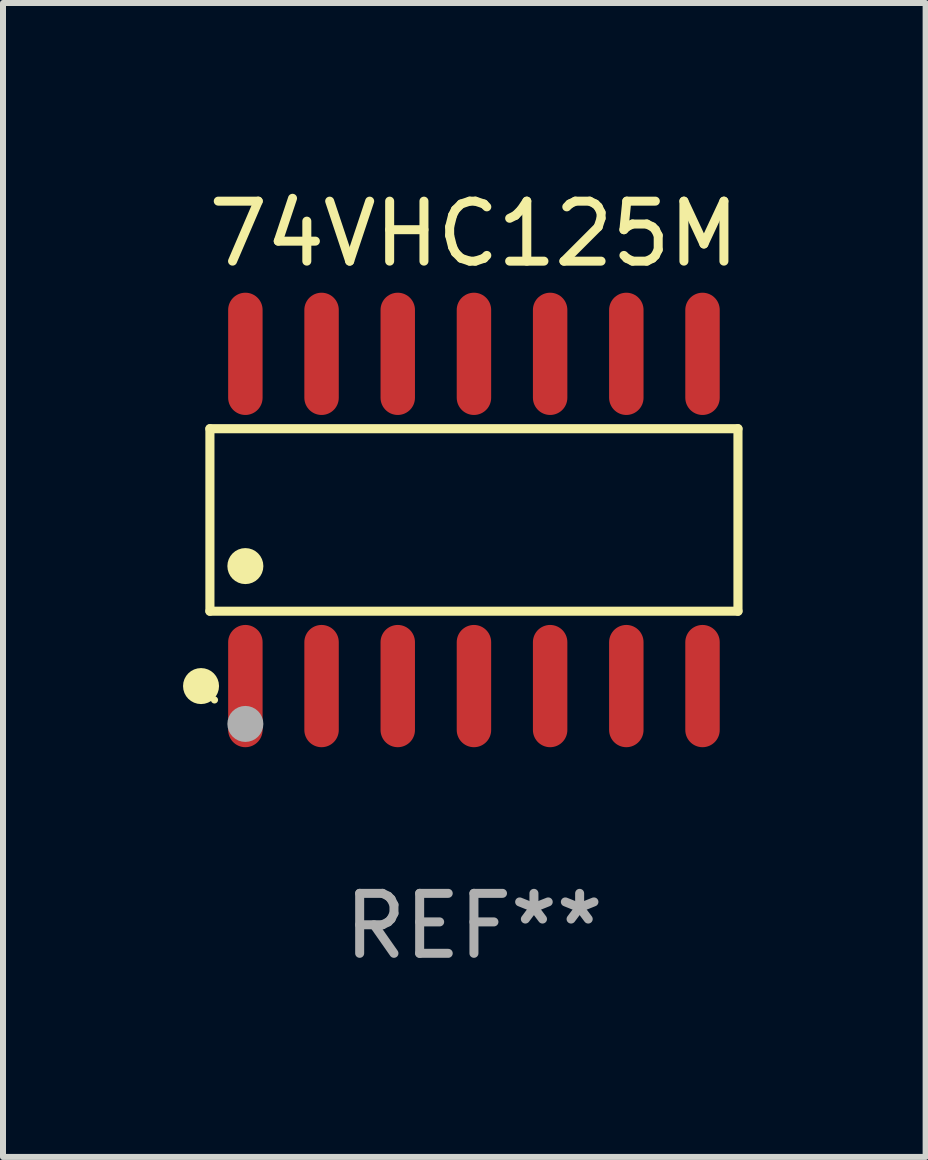
<source format=kicad_pcb>
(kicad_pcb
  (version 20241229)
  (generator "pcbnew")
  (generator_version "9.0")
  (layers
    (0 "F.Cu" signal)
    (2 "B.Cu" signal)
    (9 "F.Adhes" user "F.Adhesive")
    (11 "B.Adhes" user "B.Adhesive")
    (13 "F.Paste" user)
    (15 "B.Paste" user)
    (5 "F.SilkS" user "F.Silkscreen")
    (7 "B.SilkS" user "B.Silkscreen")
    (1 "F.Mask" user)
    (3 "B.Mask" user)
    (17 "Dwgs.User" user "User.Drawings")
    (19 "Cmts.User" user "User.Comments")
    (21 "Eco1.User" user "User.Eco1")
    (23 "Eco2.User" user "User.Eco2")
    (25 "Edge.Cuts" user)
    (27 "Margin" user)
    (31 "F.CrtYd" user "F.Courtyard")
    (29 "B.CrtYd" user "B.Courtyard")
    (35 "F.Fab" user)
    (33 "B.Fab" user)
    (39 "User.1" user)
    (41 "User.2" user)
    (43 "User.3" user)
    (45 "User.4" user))
  (footprint "74VHC125M"
    (layer "F.Cu")
    (at 4.85 5.617)
    (property "Reference" "74VHC125M" (at 0 -4.769 0) (layer "F.SilkS") (effects (font (size 1 1) (thickness 0.15))))
    (attr through_hole)
    (fp_line (start -4.401 -1.521) (end 4.401 -1.521) (stroke (width 0.152) (type solid)) (layer "F.SilkS"))
    (fp_line (start -4.401 1.521) (end -4.401 -1.521) (stroke (width 0.152) (type solid)) (layer "F.SilkS"))
    (fp_line (start 4.401 -1.521) (end 4.401 1.521) (stroke (width 0.152) (type solid)) (layer "F.SilkS"))
    (fp_line (start 4.401 1.521) (end -4.401 1.521) (stroke (width 0.152) (type solid)) (layer "F.SilkS"))
    (fp_circle (center -4.549 2.769) (end -4.399 2.769) (stroke (width 0.3) (type solid)) (fill no) (layer "F.SilkS"))
    (fp_circle (center -4.325 3) (end -4.295 3) (stroke (width 0.06) (type solid)) (fill no) (layer "F.SilkS"))
    (fp_circle (center -3.81 0.769) (end -3.66 0.769) (stroke (width 0.3) (type solid)) (fill no) (layer "F.SilkS"))
    (fp_circle (center -3.81 3.4) (end -3.66 3.4) (stroke (width 0.3) (type solid)) (fill no) (layer "F.Fab"))
    (fp_text user "REF**" (at 0 6.769 0) (layer "F.Fab") (effects (font (size 1 1) (thickness 0.15))))
    (pad "1" smd oval (at -3.81 2.769) (size 0.574 2.038) (layers "F.Cu" "F.Mask" "F.Paste"))
    (pad "2" smd oval (at -2.54 2.769) (size 0.574 2.038) (layers "F.Cu" "F.Mask" "F.Paste"))
    (pad "3" smd oval (at -1.27 2.769) (size 0.574 2.038) (layers "F.Cu" "F.Mask" "F.Paste"))
    (pad "4" smd oval (at 0 2.769) (size 0.574 2.038) (layers "F.Cu" "F.Mask" "F.Paste"))
    (pad "5" smd oval (at 1.27 2.769) (size 0.574 2.038) (layers "F.Cu" "F.Mask" "F.Paste"))
    (pad "6" smd oval (at 2.54 2.769) (size 0.574 2.038) (layers "F.Cu" "F.Mask" "F.Paste"))
    (pad "7" smd oval (at 3.81 2.769) (size 0.574 2.038) (layers "F.Cu" "F.Mask" "F.Paste"))
    (pad "8" smd oval (at 3.81 -2.769) (size 0.574 2.038) (layers "F.Cu" "F.Mask" "F.Paste"))
    (pad "9" smd oval (at 2.54 -2.769) (size 0.574 2.038) (layers "F.Cu" "F.Mask" "F.Paste"))
    (pad "10" smd oval (at 1.27 -2.769) (size 0.574 2.038) (layers "F.Cu" "F.Mask" "F.Paste"))
    (pad "11" smd oval (at 0 -2.769) (size 0.574 2.038) (layers "F.Cu" "F.Mask" "F.Paste"))
    (pad "12" smd oval (at -1.27 -2.769) (size 0.574 2.038) (layers "F.Cu" "F.Mask" "F.Paste"))
    (pad "13" smd oval (at -2.54 -2.769) (size 0.574 2.038) (layers "F.Cu" "F.Mask" "F.Paste"))
    (pad "14" smd oval (at -3.81 -2.769) (size 0.574 2.038) (layers "F.Cu" "F.Mask" "F.Paste")))
  (gr_rect
    (start -3 -3)
    (end 12.379 16.235)
    (stroke (width 0.1) (type default))
    (fill no)
    (layer "Edge.Cuts")))
</source>
